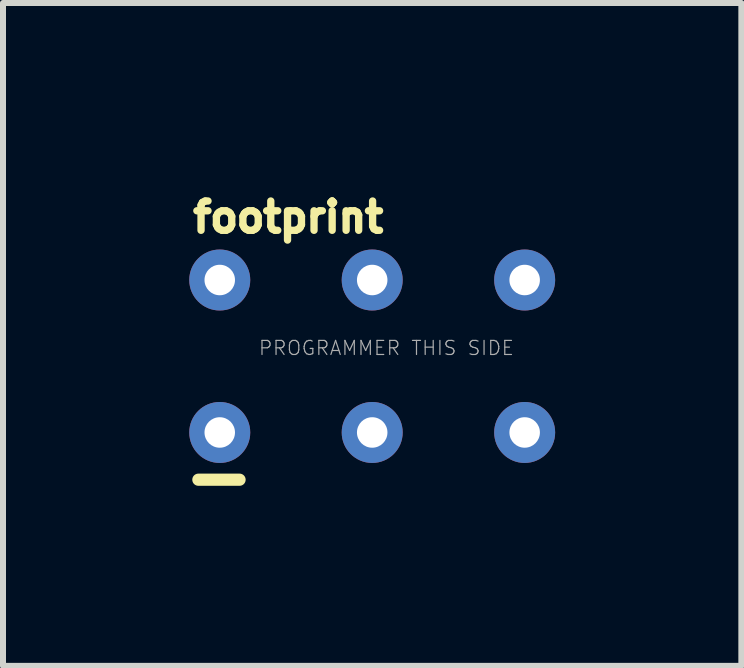
<source format=kicad_pcb>
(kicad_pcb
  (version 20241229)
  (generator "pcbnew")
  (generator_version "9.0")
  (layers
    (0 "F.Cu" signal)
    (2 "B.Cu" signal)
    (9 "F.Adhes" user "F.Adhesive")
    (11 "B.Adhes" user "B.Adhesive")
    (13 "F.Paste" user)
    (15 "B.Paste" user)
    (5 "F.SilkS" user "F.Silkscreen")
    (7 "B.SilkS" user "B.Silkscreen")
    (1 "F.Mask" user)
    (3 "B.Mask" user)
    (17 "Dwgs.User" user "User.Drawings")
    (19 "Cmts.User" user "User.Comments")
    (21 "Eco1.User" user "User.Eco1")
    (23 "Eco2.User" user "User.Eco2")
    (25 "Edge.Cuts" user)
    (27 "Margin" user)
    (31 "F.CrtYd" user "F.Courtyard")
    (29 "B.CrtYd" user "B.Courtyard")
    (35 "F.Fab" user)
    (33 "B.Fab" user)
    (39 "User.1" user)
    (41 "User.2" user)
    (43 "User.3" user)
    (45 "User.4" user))
  (footprint "footprint"
    (layer "F.Cu")
    (at 3.151 2.885)
    (property "Reference" "footprint" (at -3.048 -2.032 0) (layer "F.SilkS") (effects (font (size 0.488 0.488) (thickness 0.122)) (justify left bottom)))
    (fp_circle (center -2.54 -1.27) (end -2.235 -1.27) (stroke (width 0.611) (type solid)) (fill yes) (layer "F.Mask"))
    (fp_circle (center -2.54 1.27) (end -2.235 1.27) (stroke (width 0.611) (type solid)) (fill yes) (layer "F.Mask"))
    (fp_circle (center 0 -1.27) (end 0.305 -1.27) (stroke (width 0.611) (type solid)) (fill yes) (layer "F.Mask"))
    (fp_circle (center 0 1.27) (end 0.305 1.27) (stroke (width 0.611) (type solid)) (fill yes) (layer "F.Mask"))
    (fp_circle (center 2.54 -1.27) (end 2.845 -1.27) (stroke (width 0.611) (type solid)) (fill yes) (layer "F.Mask"))
    (fp_circle (center 2.54 1.27) (end 2.845 1.27) (stroke (width 0.611) (type solid)) (fill yes) (layer "F.Mask"))
    (fp_line (start -2.896 2.057) (end -2.21 2.057) (stroke (width 0.203) (type solid)) (layer "F.SilkS"))
    (fp_text user "PROGRAMMER THIS SIDE" (at -1.905 0 0) (layer "F.Fab") (effects (font (size 0.234 0.234) (thickness 0.02)) (justify left bottom)))
    (pad "1" thru_hole circle (at -2.54 1.27) (size 1.016 1.016) (drill 0.508) (layers "*.Cu"))
    (pad "2" thru_hole circle (at -2.54 -1.27) (size 1.016 1.016) (drill 0.508) (layers "*.Cu"))
    (pad "3" thru_hole circle (at 0 1.27) (size 1.016 1.016) (drill 0.508) (layers "*.Cu"))
    (pad "4" thru_hole circle (at 0 -1.27) (size 1.016 1.016) (drill 0.508) (layers "*.Cu"))
    (pad "5" thru_hole circle (at 2.54 1.27) (size 1.016 1.016) (drill 0.508) (layers "*.Cu"))
    (pad "6" thru_hole circle (at 2.54 -1.27) (size 1.016 1.016) (drill 0.508) (layers "*.Cu")))
  (gr_rect
    (start -3 -3)
    (end 9.301 8.044)
    (stroke (width 0.1) (type default))
    (fill no)
    (layer "Edge.Cuts")))
</source>
